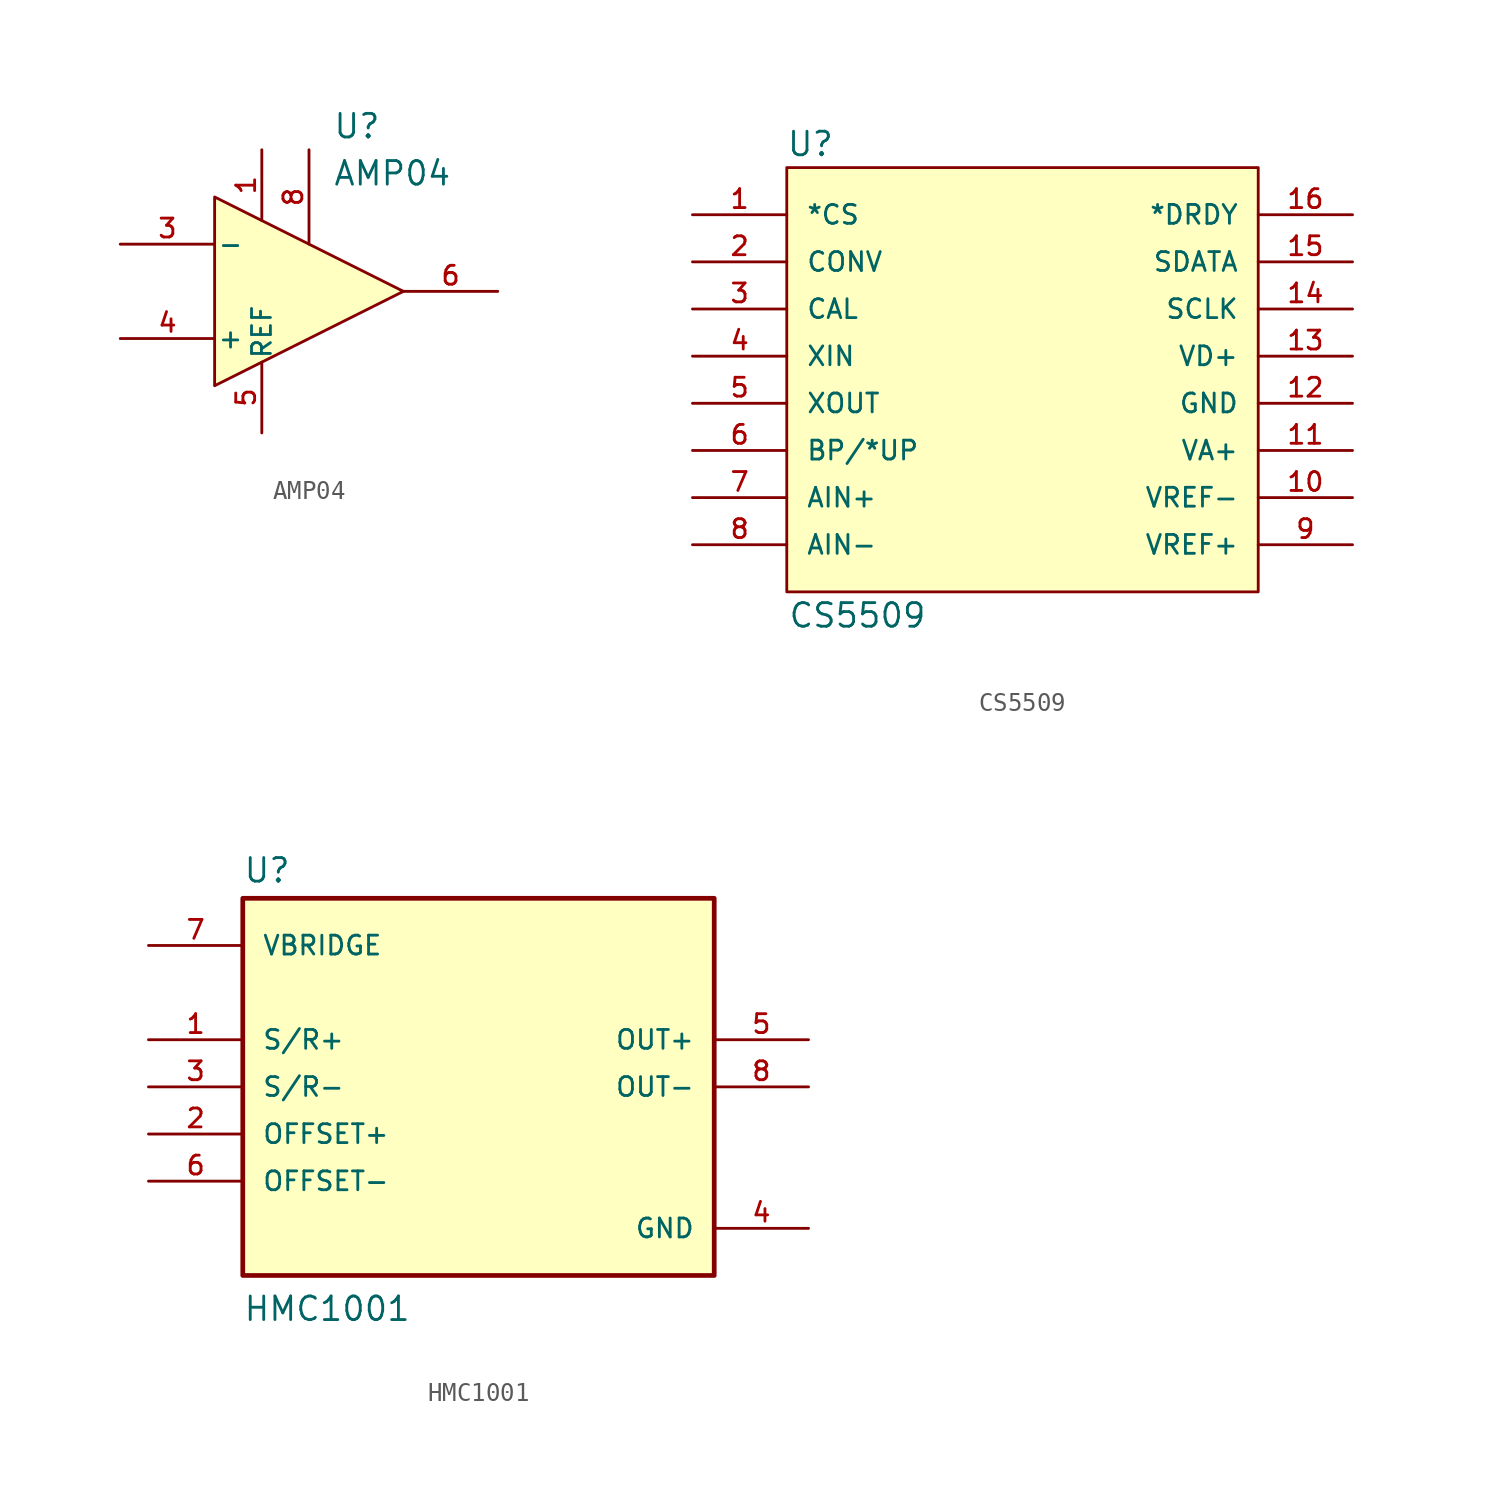
<source format=kicad_sym>
(kicad_symbol_lib
  (version 20211014)
  (generator kicad_symbol_editor)
  (symbol "AMP04"
    (pin_names
      (offset 0.127))
    (property "Reference" "U"
      (at 1.27 8.89 0)
      (effects (font (size 1.27 1.27)) (justify left)))
    (property "Value" "AMP04"
      (at 1.27 6.35 0)
      (effects (font (size 1.27 1.27)) (justify left)))
    (symbol "AMP04_0_0"
      (pin unspecified line (at -2.54 7.62 270) (length 3.81) (name "" (effects (font (size 1.016 1.016)))) (number "1" (effects (font (size 1.016 1.016)))))
      (pin unspecified line (at 0 7.62 270) (length 5.08) (name "" (effects (font (size 1.016 1.016)))) (number "8" (effects (font (size 1.016 1.016))))))
    (symbol "AMP04_0_1"
      (polyline (pts (xy -5.08 5.08) (xy 5.08 0) (xy -5.08 -5.08) (xy -5.08 5.08)) (stroke (width 0) (type default) (color 0 0 0 0)) (fill (type background)))
      (pin output line (at 10.16 0 180) (length 5.08) (name "~" (effects (font (size 1.016 1.016)))) (number "6" (effects (font (size 1.016 1.016))))))
    (symbol "AMP04_1_1"
      (pin input line (at -10.16 2.54 0) (length 5.08) (name "-" (effects (font (size 1.016 1.016)))) (number "3" (effects (font (size 1.016 1.016)))))
      (pin input line (at -10.16 -2.54 0) (length 5.08) (name "+" (effects (font (size 1.016 1.016)))) (number "4" (effects (font (size 1.016 1.016)))))
      (pin input line (at -2.54 -7.62 90) (length 3.81) (name "REF" (effects (font (size 1.016 1.016)))) (number "5" (effects (font (size 1.016 1.016)))))))
  (symbol "CS5509"
    (pin_names
      (offset 1.016))
    (property "Reference" "U"
      (at 8.89 3.81 0)
      (effects (font (size 1.27 1.27))))
    (property "Value" "CS5509"
      (at 11.43 -21.59 0)
      (effects (font (size 1.27 1.27))))
    (property "Datasheet" ""
      (at 2.54 0 0)
      (effects (font (size 1.524 1.524))))
    (symbol "CS5509_0_1"
      (rectangle (start 7.62 2.54) (end 33.02 -20.32) (stroke (width 0.152) (type default) (color 0 0 0 0)) (fill (type background))))
    (symbol "CS5509_1_1"
      (pin unspecified line (at 2.54 0 0) (length 5.08) (name "*CS" (effects (font (size 1.016 1.016)))) (number "1" (effects (font (size 1.016 1.016)))))
      (pin power_in line (at 38.1 -15.24 180) (length 5.08) (name "VREF-" (effects (font (size 1.016 1.016)))) (number "10" (effects (font (size 1.016 1.016)))))
      (pin power_in line (at 38.1 -12.7 180) (length 5.08) (name "VA+" (effects (font (size 1.016 1.016)))) (number "11" (effects (font (size 1.016 1.016)))))
      (pin power_in line (at 38.1 -10.16 180) (length 5.08) (name "GND" (effects (font (size 1.016 1.016)))) (number "12" (effects (font (size 1.016 1.016)))))
      (pin power_in line (at 38.1 -7.62 180) (length 5.08) (name "VD+" (effects (font (size 1.016 1.016)))) (number "13" (effects (font (size 1.016 1.016)))))
      (pin input line (at 38.1 -5.08 180) (length 5.08) (name "SCLK" (effects (font (size 1.016 1.016)))) (number "14" (effects (font (size 1.016 1.016)))))
      (pin output line (at 38.1 -2.54 180) (length 5.08) (name "SDATA" (effects (font (size 1.016 1.016)))) (number "15" (effects (font (size 1.016 1.016)))))
      (pin unspecified line (at 38.1 0 180) (length 5.08) (name "*DRDY" (effects (font (size 1.016 1.016)))) (number "16" (effects (font (size 1.016 1.016)))))
      (pin unspecified line (at 2.54 -2.54 0) (length 5.08) (name "CONV" (effects (font (size 1.016 1.016)))) (number "2" (effects (font (size 1.016 1.016)))))
      (pin unspecified line (at 2.54 -5.08 0) (length 5.08) (name "CAL" (effects (font (size 1.016 1.016)))) (number "3" (effects (font (size 1.016 1.016)))))
      (pin input line (at 2.54 -7.62 0) (length 5.08) (name "XIN" (effects (font (size 1.016 1.016)))) (number "4" (effects (font (size 1.016 1.016)))))
      (pin output line (at 2.54 -10.16 0) (length 5.08) (name "XOUT" (effects (font (size 1.016 1.016)))) (number "5" (effects (font (size 1.016 1.016)))))
      (pin unspecified line (at 2.54 -12.7 0) (length 5.08) (name "BP/*UP" (effects (font (size 1.016 1.016)))) (number "6" (effects (font (size 1.016 1.016)))))
      (pin input line (at 2.54 -15.24 0) (length 5.08) (name "AIN+" (effects (font (size 1.016 1.016)))) (number "7" (effects (font (size 1.016 1.016)))))
      (pin input line (at 2.54 -17.78 0) (length 5.08) (name "AIN-" (effects (font (size 1.016 1.016)))) (number "8" (effects (font (size 1.016 1.016)))))
      (pin power_in line (at 38.1 -17.78 180) (length 5.08) (name "VREF+" (effects (font (size 1.016 1.016)))) (number "9" (effects (font (size 1.016 1.016)))))))
  (symbol "HMC1001"
    (pin_names
      (offset 1.016))
    (property "Reference" "U"
      (at -12.7 10.922 0)
      (effects (font (size 1.27 1.27)) (justify left bottom)))
    (property "Value" "HMC1001"
      (at -12.7 -12.7 0)
      (effects (font (size 1.27 1.27)) (justify left bottom)))
    (symbol "HMC1001_0_0"
      (rectangle (start -12.7 -10.16) (end 12.7 10.16) (stroke (width 0.254) (type default) (color 0 0 0 0)) (fill (type background)))
      (pin input line (at -17.78 2.54 0) (length 5.08) (name "S/R+" (effects (font (size 1.016 1.016)))) (number "1" (effects (font (size 1.016 1.016)))))
      (pin input line (at -17.78 -2.54 0) (length 5.08) (name "OFFSET+" (effects (font (size 1.016 1.016)))) (number "2" (effects (font (size 1.016 1.016)))))
      (pin input line (at -17.78 0 0) (length 5.08) (name "S/R-" (effects (font (size 1.016 1.016)))) (number "3" (effects (font (size 1.016 1.016)))))
      (pin power_in line (at 17.78 -7.62 180) (length 5.08) (name "GND" (effects (font (size 1.016 1.016)))) (number "4" (effects (font (size 1.016 1.016)))))
      (pin output line (at 17.78 2.54 180) (length 5.08) (name "OUT+" (effects (font (size 1.016 1.016)))) (number "5" (effects (font (size 1.016 1.016)))))
      (pin input line (at -17.78 -5.08 0) (length 5.08) (name "OFFSET-" (effects (font (size 1.016 1.016)))) (number "6" (effects (font (size 1.016 1.016)))))
      (pin input line (at -17.78 7.62 0) (length 5.08) (name "VBRIDGE" (effects (font (size 1.016 1.016)))) (number "7" (effects (font (size 1.016 1.016)))))
      (pin output line (at 17.78 0 180) (length 5.08) (name "OUT-" (effects (font (size 1.016 1.016)))) (number "8" (effects (font (size 1.016 1.016))))))))
</source>
